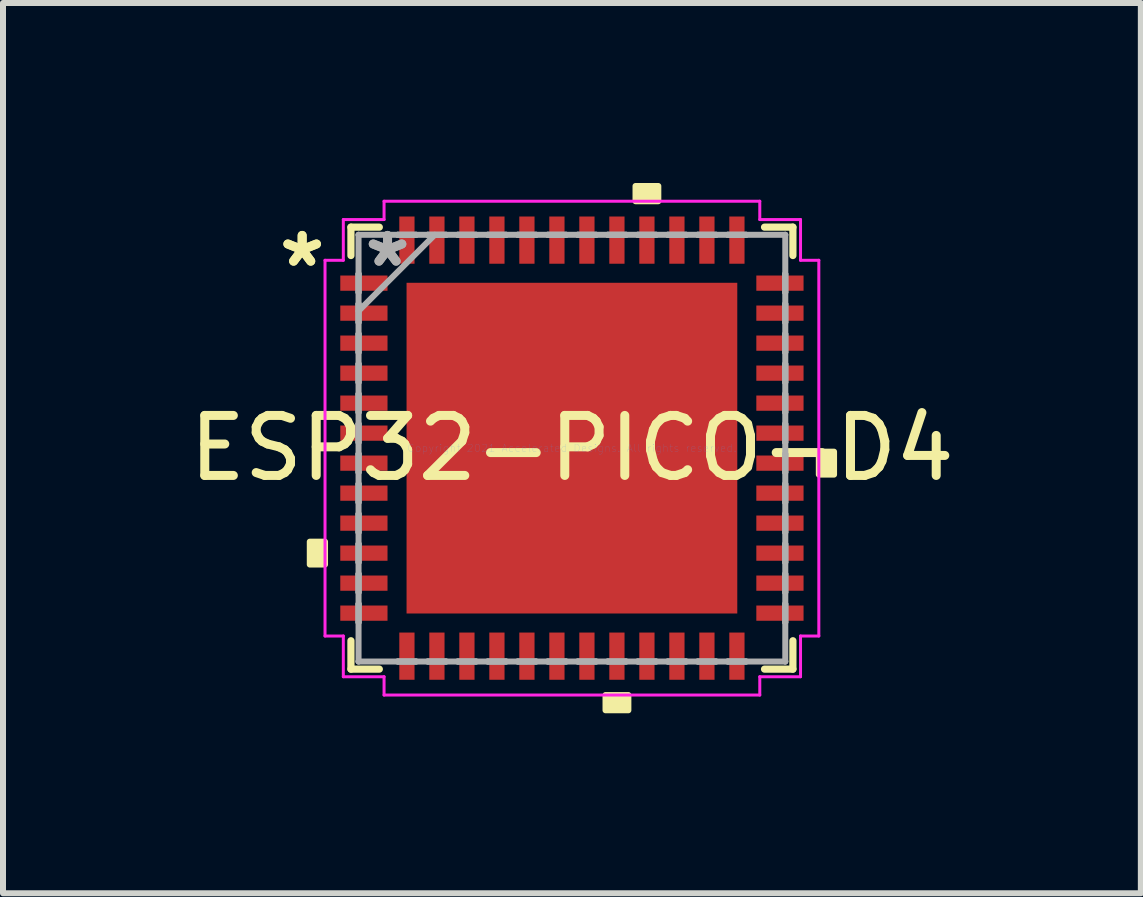
<source format=kicad_pcb>
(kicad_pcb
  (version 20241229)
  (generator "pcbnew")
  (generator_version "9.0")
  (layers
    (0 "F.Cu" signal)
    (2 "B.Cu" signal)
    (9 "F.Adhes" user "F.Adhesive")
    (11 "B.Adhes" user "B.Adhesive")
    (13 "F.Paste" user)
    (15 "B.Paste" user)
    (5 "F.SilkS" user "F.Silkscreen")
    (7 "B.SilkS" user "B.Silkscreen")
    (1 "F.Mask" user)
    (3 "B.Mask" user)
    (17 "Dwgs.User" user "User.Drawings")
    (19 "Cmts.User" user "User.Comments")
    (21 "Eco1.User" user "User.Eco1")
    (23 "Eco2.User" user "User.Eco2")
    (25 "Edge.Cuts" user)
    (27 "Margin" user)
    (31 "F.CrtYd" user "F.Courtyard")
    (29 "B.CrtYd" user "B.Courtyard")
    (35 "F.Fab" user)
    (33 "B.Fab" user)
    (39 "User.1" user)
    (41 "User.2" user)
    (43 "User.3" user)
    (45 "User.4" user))
  (footprint "ESP32-PICO-D4"
    (layer "F.Cu")
    (at 6.482 4.419)
    (property "Reference" "ESP32-PICO-D4" (at 0 0 0) (layer "F.SilkS") (effects (font (size 1 1) (thickness 0.15))))
    (attr through_hole)
    (fp_line (start -3.683 -3.683) (end -3.683 -3.21) (stroke (width 0.12) (type solid)) (layer "F.SilkS"))
    (fp_line (start -3.683 3.21) (end -3.683 3.683) (stroke (width 0.12) (type solid)) (layer "F.SilkS"))
    (fp_line (start -3.683 3.683) (end -3.21 3.683) (stroke (width 0.12) (type solid)) (layer "F.SilkS"))
    (fp_line (start -3.21 -3.683) (end -3.683 -3.683) (stroke (width 0.12) (type solid)) (layer "F.SilkS"))
    (fp_line (start 3.21 3.683) (end 3.683 3.683) (stroke (width 0.12) (type solid)) (layer "F.SilkS"))
    (fp_line (start 3.683 -3.683) (end 3.21 -3.683) (stroke (width 0.12) (type solid)) (layer "F.SilkS"))
    (fp_line (start 3.683 -3.21) (end 3.683 -3.683) (stroke (width 0.12) (type solid)) (layer "F.SilkS"))
    (fp_line (start 3.683 3.683) (end 3.683 3.21) (stroke (width 0.12) (type solid)) (layer "F.SilkS"))
    (fp_poly (pts (xy -4.369 1.559) (xy -4.369 1.94) (xy -4.115 1.94) (xy -4.115 1.559)) (stroke (width 0.1) (type solid)) (fill yes) (layer "F.SilkS"))
    (fp_poly (pts (xy 0.56 4.115) (xy 0.56 4.369) (xy 0.941 4.369) (xy 0.941 4.115)) (stroke (width 0.1) (type solid)) (fill yes) (layer "F.SilkS"))
    (fp_poly (pts (xy 1.06 -4.115) (xy 1.06 -4.369) (xy 1.44 -4.369) (xy 1.44 -4.115)) (stroke (width 0.1) (type solid)) (fill yes) (layer "F.SilkS"))
    (fp_poly (pts (xy 4.369 0.059) (xy 4.369 0.441) (xy 4.115 0.441) (xy 4.115 0.059)) (stroke (width 0.1) (type solid)) (fill yes) (layer "F.SilkS"))
    (fp_poly (pts (xy -2.656 -2.656) (xy -2.656 -1.478) (xy -1.478 -1.478) (xy -1.478 -2.656)) (stroke (width 0.1) (type solid)) (fill yes) (layer "F.Paste"))
    (fp_poly (pts (xy -2.656 -1.278) (xy -2.656 -0.1) (xy -1.478 -0.1) (xy -1.478 -1.278)) (stroke (width 0.1) (type solid)) (fill yes) (layer "F.Paste"))
    (fp_poly (pts (xy -2.656 0.1) (xy -2.656 1.278) (xy -1.478 1.278) (xy -1.478 0.1)) (stroke (width 0.1) (type solid)) (fill yes) (layer "F.Paste"))
    (fp_poly (pts (xy -2.656 1.478) (xy -2.656 2.656) (xy -1.478 2.656) (xy -1.478 1.478)) (stroke (width 0.1) (type solid)) (fill yes) (layer "F.Paste"))
    (fp_poly (pts (xy -1.278 -2.656) (xy -1.278 -1.478) (xy -0.1 -1.478) (xy -0.1 -2.656)) (stroke (width 0.1) (type solid)) (fill yes) (layer "F.Paste"))
    (fp_poly (pts (xy -1.278 -1.278) (xy -1.278 -0.1) (xy -0.1 -0.1) (xy -0.1 -1.278)) (stroke (width 0.1) (type solid)) (fill yes) (layer "F.Paste"))
    (fp_poly (pts (xy -1.278 0.1) (xy -1.278 1.278) (xy -0.1 1.278) (xy -0.1 0.1)) (stroke (width 0.1) (type solid)) (fill yes) (layer "F.Paste"))
    (fp_poly (pts (xy -1.278 1.478) (xy -1.278 2.656) (xy -0.1 2.656) (xy -0.1 1.478)) (stroke (width 0.1) (type solid)) (fill yes) (layer "F.Paste"))
    (fp_poly (pts (xy 0.1 -2.656) (xy 0.1 -1.478) (xy 1.278 -1.478) (xy 1.278 -2.656)) (stroke (width 0.1) (type solid)) (fill yes) (layer "F.Paste"))
    (fp_poly (pts (xy 0.1 -1.278) (xy 0.1 -0.1) (xy 1.278 -0.1) (xy 1.278 -1.278)) (stroke (width 0.1) (type solid)) (fill yes) (layer "F.Paste"))
    (fp_poly (pts (xy 0.1 0.1) (xy 0.1 1.278) (xy 1.278 1.278) (xy 1.278 0.1)) (stroke (width 0.1) (type solid)) (fill yes) (layer "F.Paste"))
    (fp_poly (pts (xy 0.1 1.478) (xy 0.1 2.656) (xy 1.278 2.656) (xy 1.278 1.478)) (stroke (width 0.1) (type solid)) (fill yes) (layer "F.Paste"))
    (fp_poly (pts (xy 1.478 -2.656) (xy 1.478 -1.478) (xy 2.656 -1.478) (xy 2.656 -2.656)) (stroke (width 0.1) (type solid)) (fill yes) (layer "F.Paste"))
    (fp_poly (pts (xy 1.478 -1.278) (xy 1.478 -0.1) (xy 2.656 -0.1) (xy 2.656 -1.278)) (stroke (width 0.1) (type solid)) (fill yes) (layer "F.Paste"))
    (fp_poly (pts (xy 1.478 0.1) (xy 1.478 1.278) (xy 2.656 1.278) (xy 2.656 0.1)) (stroke (width 0.1) (type solid)) (fill yes) (layer "F.Paste"))
    (fp_poly (pts (xy 1.478 1.478) (xy 1.478 2.656) (xy 2.656 2.656) (xy 2.656 1.478)) (stroke (width 0.1) (type solid)) (fill yes) (layer "F.Paste"))
    (fp_line (start -4.115 -3.131) (end -3.81 -3.131) (stroke (width 0.05) (type solid)) (layer "F.CrtYd"))
    (fp_line (start -4.115 3.131) (end -4.115 -3.131) (stroke (width 0.05) (type solid)) (layer "F.CrtYd"))
    (fp_line (start -3.81 -3.81) (end -3.131 -3.81) (stroke (width 0.05) (type solid)) (layer "F.CrtYd"))
    (fp_line (start -3.81 -3.131) (end -3.81 -3.81) (stroke (width 0.05) (type solid)) (layer "F.CrtYd"))
    (fp_line (start -3.81 3.131) (end -4.115 3.131) (stroke (width 0.05) (type solid)) (layer "F.CrtYd"))
    (fp_line (start -3.81 3.81) (end -3.81 3.131) (stroke (width 0.05) (type solid)) (layer "F.CrtYd"))
    (fp_line (start -3.131 -4.115) (end 3.131 -4.115) (stroke (width 0.05) (type solid)) (layer "F.CrtYd"))
    (fp_line (start -3.131 -3.81) (end -3.131 -4.115) (stroke (width 0.05) (type solid)) (layer "F.CrtYd"))
    (fp_line (start -3.131 3.81) (end -3.81 3.81) (stroke (width 0.05) (type solid)) (layer "F.CrtYd"))
    (fp_line (start -3.131 4.115) (end -3.131 3.81) (stroke (width 0.05) (type solid)) (layer "F.CrtYd"))
    (fp_line (start 3.131 -4.115) (end 3.131 -3.81) (stroke (width 0.05) (type solid)) (layer "F.CrtYd"))
    (fp_line (start 3.131 -3.81) (end 3.81 -3.81) (stroke (width 0.05) (type solid)) (layer "F.CrtYd"))
    (fp_line (start 3.131 3.81) (end 3.131 4.115) (stroke (width 0.05) (type solid)) (layer "F.CrtYd"))
    (fp_line (start 3.131 4.115) (end -3.131 4.115) (stroke (width 0.05) (type solid)) (layer "F.CrtYd"))
    (fp_line (start 3.81 -3.81) (end 3.81 -3.131) (stroke (width 0.05) (type solid)) (layer "F.CrtYd"))
    (fp_line (start 3.81 -3.131) (end 4.115 -3.131) (stroke (width 0.05) (type solid)) (layer "F.CrtYd"))
    (fp_line (start 3.81 3.131) (end 3.81 3.81) (stroke (width 0.05) (type solid)) (layer "F.CrtYd"))
    (fp_line (start 3.81 3.81) (end 3.131 3.81) (stroke (width 0.05) (type solid)) (layer "F.CrtYd"))
    (fp_line (start 4.115 -3.131) (end 4.115 3.131) (stroke (width 0.05) (type solid)) (layer "F.CrtYd"))
    (fp_line (start 4.115 3.131) (end 3.81 3.131) (stroke (width 0.05) (type solid)) (layer "F.CrtYd"))
    (fp_line (start -3.556 -3.556) (end -3.556 -3.556) (stroke (width 0.1) (type solid)) (layer "F.Fab"))
    (fp_line (start -3.556 -3.556) (end -3.556 3.556) (stroke (width 0.1) (type solid)) (layer "F.Fab"))
    (fp_line (start -3.556 -2.902) (end -3.556 -2.902) (stroke (width 0.1) (type solid)) (layer "F.Fab"))
    (fp_line (start -3.556 -2.902) (end -3.556 -2.598) (stroke (width 0.1) (type solid)) (layer "F.Fab"))
    (fp_line (start -3.556 -2.598) (end -3.556 -2.902) (stroke (width 0.1) (type solid)) (layer "F.Fab"))
    (fp_line (start -3.556 -2.598) (end -3.556 -2.598) (stroke (width 0.1) (type solid)) (layer "F.Fab"))
    (fp_line (start -3.556 -2.402) (end -3.556 -2.402) (stroke (width 0.1) (type solid)) (layer "F.Fab"))
    (fp_line (start -3.556 -2.402) (end -3.556 -2.098) (stroke (width 0.1) (type solid)) (layer "F.Fab"))
    (fp_line (start -3.556 -2.286) (end -2.286 -3.556) (stroke (width 0.1) (type solid)) (layer "F.Fab"))
    (fp_line (start -3.556 -2.098) (end -3.556 -2.402) (stroke (width 0.1) (type solid)) (layer "F.Fab"))
    (fp_line (start -3.556 -2.098) (end -3.556 -2.098) (stroke (width 0.1) (type solid)) (layer "F.Fab"))
    (fp_line (start -3.556 -1.902) (end -3.556 -1.902) (stroke (width 0.1) (type solid)) (layer "F.Fab"))
    (fp_line (start -3.556 -1.902) (end -3.556 -1.598) (stroke (width 0.1) (type solid)) (layer "F.Fab"))
    (fp_line (start -3.556 -1.598) (end -3.556 -1.902) (stroke (width 0.1) (type solid)) (layer "F.Fab"))
    (fp_line (start -3.556 -1.598) (end -3.556 -1.598) (stroke (width 0.1) (type solid)) (layer "F.Fab"))
    (fp_line (start -3.556 -1.402) (end -3.556 -1.402) (stroke (width 0.1) (type solid)) (layer "F.Fab"))
    (fp_line (start -3.556 -1.402) (end -3.556 -1.098) (stroke (width 0.1) (type solid)) (layer "F.Fab"))
    (fp_line (start -3.556 -1.098) (end -3.556 -1.402) (stroke (width 0.1) (type solid)) (layer "F.Fab"))
    (fp_line (start -3.556 -1.098) (end -3.556 -1.098) (stroke (width 0.1) (type solid)) (layer "F.Fab"))
    (fp_line (start -3.556 -0.902) (end -3.556 -0.902) (stroke (width 0.1) (type solid)) (layer "F.Fab"))
    (fp_line (start -3.556 -0.902) (end -3.556 -0.598) (stroke (width 0.1) (type solid)) (layer "F.Fab"))
    (fp_line (start -3.556 -0.598) (end -3.556 -0.902) (stroke (width 0.1) (type solid)) (layer "F.Fab"))
    (fp_line (start -3.556 -0.598) (end -3.556 -0.598) (stroke (width 0.1) (type solid)) (layer "F.Fab"))
    (fp_line (start -3.556 -0.402) (end -3.556 -0.402) (stroke (width 0.1) (type solid)) (layer "F.Fab"))
    (fp_line (start -3.556 -0.402) (end -3.556 -0.098) (stroke (width 0.1) (type solid)) (layer "F.Fab"))
    (fp_line (start -3.556 -0.098) (end -3.556 -0.402) (stroke (width 0.1) (type solid)) (layer "F.Fab"))
    (fp_line (start -3.556 -0.098) (end -3.556 -0.098) (stroke (width 0.1) (type solid)) (layer "F.Fab"))
    (fp_line (start -3.556 0.098) (end -3.556 0.098) (stroke (width 0.1) (type solid)) (layer "F.Fab"))
    (fp_line (start -3.556 0.098) (end -3.556 0.402) (stroke (width 0.1) (type solid)) (layer "F.Fab"))
    (fp_line (start -3.556 0.402) (end -3.556 0.098) (stroke (width 0.1) (type solid)) (layer "F.Fab"))
    (fp_line (start -3.556 0.402) (end -3.556 0.402) (stroke (width 0.1) (type solid)) (layer "F.Fab"))
    (fp_line (start -3.556 0.598) (end -3.556 0.598) (stroke (width 0.1) (type solid)) (layer "F.Fab"))
    (fp_line (start -3.556 0.598) (end -3.556 0.902) (stroke (width 0.1) (type solid)) (layer "F.Fab"))
    (fp_line (start -3.556 0.902) (end -3.556 0.598) (stroke (width 0.1) (type solid)) (layer "F.Fab"))
    (fp_line (start -3.556 0.902) (end -3.556 0.902) (stroke (width 0.1) (type solid)) (layer "F.Fab"))
    (fp_line (start -3.556 1.098) (end -3.556 1.098) (stroke (width 0.1) (type solid)) (layer "F.Fab"))
    (fp_line (start -3.556 1.098) (end -3.556 1.402) (stroke (width 0.1) (type solid)) (layer "F.Fab"))
    (fp_line (start -3.556 1.402) (end -3.556 1.098) (stroke (width 0.1) (type solid)) (layer "F.Fab"))
    (fp_line (start -3.556 1.402) (end -3.556 1.402) (stroke (width 0.1) (type solid)) (layer "F.Fab"))
    (fp_line (start -3.556 1.598) (end -3.556 1.598) (stroke (width 0.1) (type solid)) (layer "F.Fab"))
    (fp_line (start -3.556 1.598) (end -3.556 1.902) (stroke (width 0.1) (type solid)) (layer "F.Fab"))
    (fp_line (start -3.556 1.902) (end -3.556 1.598) (stroke (width 0.1) (type solid)) (layer "F.Fab"))
    (fp_line (start -3.556 1.902) (end -3.556 1.902) (stroke (width 0.1) (type solid)) (layer "F.Fab"))
    (fp_line (start -3.556 2.098) (end -3.556 2.098) (stroke (width 0.1) (type solid)) (layer "F.Fab"))
    (fp_line (start -3.556 2.098) (end -3.556 2.402) (stroke (width 0.1) (type solid)) (layer "F.Fab"))
    (fp_line (start -3.556 2.402) (end -3.556 2.098) (stroke (width 0.1) (type solid)) (layer "F.Fab"))
    (fp_line (start -3.556 2.402) (end -3.556 2.402) (stroke (width 0.1) (type solid)) (layer "F.Fab"))
    (fp_line (start -3.556 2.598) (end -3.556 2.598) (stroke (width 0.1) (type solid)) (layer "F.Fab"))
    (fp_line (start -3.556 2.598) (end -3.556 2.902) (stroke (width 0.1) (type solid)) (layer "F.Fab"))
    (fp_line (start -3.556 2.902) (end -3.556 2.598) (stroke (width 0.1) (type solid)) (layer "F.Fab"))
    (fp_line (start -3.556 2.902) (end -3.556 2.902) (stroke (width 0.1) (type solid)) (layer "F.Fab"))
    (fp_line (start -3.556 3.556) (end -3.556 3.556) (stroke (width 0.1) (type solid)) (layer "F.Fab"))
    (fp_line (start -3.556 3.556) (end 3.556 3.556) (stroke (width 0.1) (type solid)) (layer "F.Fab"))
    (fp_line (start -2.902 -3.556) (end -2.902 -3.556) (stroke (width 0.1) (type solid)) (layer "F.Fab"))
    (fp_line (start -2.902 -3.556) (end -2.598 -3.556) (stroke (width 0.1) (type solid)) (layer "F.Fab"))
    (fp_line (start -2.902 3.556) (end -2.902 3.556) (stroke (width 0.1) (type solid)) (layer "F.Fab"))
    (fp_line (start -2.902 3.556) (end -2.598 3.556) (stroke (width 0.1) (type solid)) (layer "F.Fab"))
    (fp_line (start -2.598 -3.556) (end -2.902 -3.556) (stroke (width 0.1) (type solid)) (layer "F.Fab"))
    (fp_line (start -2.598 -3.556) (end -2.598 -3.556) (stroke (width 0.1) (type solid)) (layer "F.Fab"))
    (fp_line (start -2.598 3.556) (end -2.902 3.556) (stroke (width 0.1) (type solid)) (layer "F.Fab"))
    (fp_line (start -2.598 3.556) (end -2.598 3.556) (stroke (width 0.1) (type solid)) (layer "F.Fab"))
    (fp_line (start -2.402 -3.556) (end -2.402 -3.556) (stroke (width 0.1) (type solid)) (layer "F.Fab"))
    (fp_line (start -2.402 -3.556) (end -2.098 -3.556) (stroke (width 0.1) (type solid)) (layer "F.Fab"))
    (fp_line (start -2.402 3.556) (end -2.402 3.556) (stroke (width 0.1) (type solid)) (layer "F.Fab"))
    (fp_line (start -2.402 3.556) (end -2.098 3.556) (stroke (width 0.1) (type solid)) (layer "F.Fab"))
    (fp_line (start -2.098 -3.556) (end -2.402 -3.556) (stroke (width 0.1) (type solid)) (layer "F.Fab"))
    (fp_line (start -2.098 -3.556) (end -2.098 -3.556) (stroke (width 0.1) (type solid)) (layer "F.Fab"))
    (fp_line (start -2.098 3.556) (end -2.402 3.556) (stroke (width 0.1) (type solid)) (layer "F.Fab"))
    (fp_line (start -2.098 3.556) (end -2.098 3.556) (stroke (width 0.1) (type solid)) (layer "F.Fab"))
    (fp_line (start -1.902 -3.556) (end -1.902 -3.556) (stroke (width 0.1) (type solid)) (layer "F.Fab"))
    (fp_line (start -1.902 -3.556) (end -1.598 -3.556) (stroke (width 0.1) (type solid)) (layer "F.Fab"))
    (fp_line (start -1.902 3.556) (end -1.902 3.556) (stroke (width 0.1) (type solid)) (layer "F.Fab"))
    (fp_line (start -1.902 3.556) (end -1.598 3.556) (stroke (width 0.1) (type solid)) (layer "F.Fab"))
    (fp_line (start -1.598 -3.556) (end -1.902 -3.556) (stroke (width 0.1) (type solid)) (layer "F.Fab"))
    (fp_line (start -1.598 -3.556) (end -1.598 -3.556) (stroke (width 0.1) (type solid)) (layer "F.Fab"))
    (fp_line (start -1.598 3.556) (end -1.902 3.556) (stroke (width 0.1) (type solid)) (layer "F.Fab"))
    (fp_line (start -1.598 3.556) (end -1.598 3.556) (stroke (width 0.1) (type solid)) (layer "F.Fab"))
    (fp_line (start -1.402 -3.556) (end -1.402 -3.556) (stroke (width 0.1) (type solid)) (layer "F.Fab"))
    (fp_line (start -1.402 -3.556) (end -1.098 -3.556) (stroke (width 0.1) (type solid)) (layer "F.Fab"))
    (fp_line (start -1.402 3.556) (end -1.402 3.556) (stroke (width 0.1) (type solid)) (layer "F.Fab"))
    (fp_line (start -1.402 3.556) (end -1.098 3.556) (stroke (width 0.1) (type solid)) (layer "F.Fab"))
    (fp_line (start -1.098 -3.556) (end -1.402 -3.556) (stroke (width 0.1) (type solid)) (layer "F.Fab"))
    (fp_line (start -1.098 -3.556) (end -1.098 -3.556) (stroke (width 0.1) (type solid)) (layer "F.Fab"))
    (fp_line (start -1.098 3.556) (end -1.402 3.556) (stroke (width 0.1) (type solid)) (layer "F.Fab"))
    (fp_line (start -1.098 3.556) (end -1.098 3.556) (stroke (width 0.1) (type solid)) (layer "F.Fab"))
    (fp_line (start -0.902 -3.556) (end -0.902 -3.556) (stroke (width 0.1) (type solid)) (layer "F.Fab"))
    (fp_line (start -0.902 -3.556) (end -0.598 -3.556) (stroke (width 0.1) (type solid)) (layer "F.Fab"))
    (fp_line (start -0.902 3.556) (end -0.902 3.556) (stroke (width 0.1) (type solid)) (layer "F.Fab"))
    (fp_line (start -0.902 3.556) (end -0.598 3.556) (stroke (width 0.1) (type solid)) (layer "F.Fab"))
    (fp_line (start -0.598 -3.556) (end -0.902 -3.556) (stroke (width 0.1) (type solid)) (layer "F.Fab"))
    (fp_line (start -0.598 -3.556) (end -0.598 -3.556) (stroke (width 0.1) (type solid)) (layer "F.Fab"))
    (fp_line (start -0.598 3.556) (end -0.902 3.556) (stroke (width 0.1) (type solid)) (layer "F.Fab"))
    (fp_line (start -0.598 3.556) (end -0.598 3.556) (stroke (width 0.1) (type solid)) (layer "F.Fab"))
    (fp_line (start -0.402 -3.556) (end -0.402 -3.556) (stroke (width 0.1) (type solid)) (layer "F.Fab"))
    (fp_line (start -0.402 -3.556) (end -0.098 -3.556) (stroke (width 0.1) (type solid)) (layer "F.Fab"))
    (fp_line (start -0.402 3.556) (end -0.402 3.556) (stroke (width 0.1) (type solid)) (layer "F.Fab"))
    (fp_line (start -0.402 3.556) (end -0.098 3.556) (stroke (width 0.1) (type solid)) (layer "F.Fab"))
    (fp_line (start -0.098 -3.556) (end -0.402 -3.556) (stroke (width 0.1) (type solid)) (layer "F.Fab"))
    (fp_line (start -0.098 -3.556) (end -0.098 -3.556) (stroke (width 0.1) (type solid)) (layer "F.Fab"))
    (fp_line (start -0.098 3.556) (end -0.402 3.556) (stroke (width 0.1) (type solid)) (layer "F.Fab"))
    (fp_line (start -0.098 3.556) (end -0.098 3.556) (stroke (width 0.1) (type solid)) (layer "F.Fab"))
    (fp_line (start 0.098 -3.556) (end 0.098 -3.556) (stroke (width 0.1) (type solid)) (layer "F.Fab"))
    (fp_line (start 0.098 -3.556) (end 0.402 -3.556) (stroke (width 0.1) (type solid)) (layer "F.Fab"))
    (fp_line (start 0.098 3.556) (end 0.098 3.556) (stroke (width 0.1) (type solid)) (layer "F.Fab"))
    (fp_line (start 0.098 3.556) (end 0.402 3.556) (stroke (width 0.1) (type solid)) (layer "F.Fab"))
    (fp_line (start 0.402 -3.556) (end 0.098 -3.556) (stroke (width 0.1) (type solid)) (layer "F.Fab"))
    (fp_line (start 0.402 -3.556) (end 0.402 -3.556) (stroke (width 0.1) (type solid)) (layer "F.Fab"))
    (fp_line (start 0.402 3.556) (end 0.098 3.556) (stroke (width 0.1) (type solid)) (layer "F.Fab"))
    (fp_line (start 0.402 3.556) (end 0.402 3.556) (stroke (width 0.1) (type solid)) (layer "F.Fab"))
    (fp_line (start 0.598 -3.556) (end 0.598 -3.556) (stroke (width 0.1) (type solid)) (layer "F.Fab"))
    (fp_line (start 0.598 -3.556) (end 0.902 -3.556) (stroke (width 0.1) (type solid)) (layer "F.Fab"))
    (fp_line (start 0.598 3.556) (end 0.598 3.556) (stroke (width 0.1) (type solid)) (layer "F.Fab"))
    (fp_line (start 0.598 3.556) (end 0.902 3.556) (stroke (width 0.1) (type solid)) (layer "F.Fab"))
    (fp_line (start 0.902 -3.556) (end 0.598 -3.556) (stroke (width 0.1) (type solid)) (layer "F.Fab"))
    (fp_line (start 0.902 -3.556) (end 0.902 -3.556) (stroke (width 0.1) (type solid)) (layer "F.Fab"))
    (fp_line (start 0.902 3.556) (end 0.598 3.556) (stroke (width 0.1) (type solid)) (layer "F.Fab"))
    (fp_line (start 0.902 3.556) (end 0.902 3.556) (stroke (width 0.1) (type solid)) (layer "F.Fab"))
    (fp_line (start 1.098 -3.556) (end 1.098 -3.556) (stroke (width 0.1) (type solid)) (layer "F.Fab"))
    (fp_line (start 1.098 -3.556) (end 1.402 -3.556) (stroke (width 0.1) (type solid)) (layer "F.Fab"))
    (fp_line (start 1.098 3.556) (end 1.098 3.556) (stroke (width 0.1) (type solid)) (layer "F.Fab"))
    (fp_line (start 1.098 3.556) (end 1.402 3.556) (stroke (width 0.1) (type solid)) (layer "F.Fab"))
    (fp_line (start 1.402 -3.556) (end 1.098 -3.556) (stroke (width 0.1) (type solid)) (layer "F.Fab"))
    (fp_line (start 1.402 -3.556) (end 1.402 -3.556) (stroke (width 0.1) (type solid)) (layer "F.Fab"))
    (fp_line (start 1.402 3.556) (end 1.098 3.556) (stroke (width 0.1) (type solid)) (layer "F.Fab"))
    (fp_line (start 1.402 3.556) (end 1.402 3.556) (stroke (width 0.1) (type solid)) (layer "F.Fab"))
    (fp_line (start 1.598 -3.556) (end 1.598 -3.556) (stroke (width 0.1) (type solid)) (layer "F.Fab"))
    (fp_line (start 1.598 -3.556) (end 1.902 -3.556) (stroke (width 0.1) (type solid)) (layer "F.Fab"))
    (fp_line (start 1.598 3.556) (end 1.598 3.556) (stroke (width 0.1) (type solid)) (layer "F.Fab"))
    (fp_line (start 1.598 3.556) (end 1.902 3.556) (stroke (width 0.1) (type solid)) (layer "F.Fab"))
    (fp_line (start 1.902 -3.556) (end 1.598 -3.556) (stroke (width 0.1) (type solid)) (layer "F.Fab"))
    (fp_line (start 1.902 -3.556) (end 1.902 -3.556) (stroke (width 0.1) (type solid)) (layer "F.Fab"))
    (fp_line (start 1.902 3.556) (end 1.598 3.556) (stroke (width 0.1) (type solid)) (layer "F.Fab"))
    (fp_line (start 1.902 3.556) (end 1.902 3.556) (stroke (width 0.1) (type solid)) (layer "F.Fab"))
    (fp_line (start 2.098 -3.556) (end 2.098 -3.556) (stroke (width 0.1) (type solid)) (layer "F.Fab"))
    (fp_line (start 2.098 -3.556) (end 2.402 -3.556) (stroke (width 0.1) (type solid)) (layer "F.Fab"))
    (fp_line (start 2.098 3.556) (end 2.098 3.556) (stroke (width 0.1) (type solid)) (layer "F.Fab"))
    (fp_line (start 2.098 3.556) (end 2.402 3.556) (stroke (width 0.1) (type solid)) (layer "F.Fab"))
    (fp_line (start 2.402 -3.556) (end 2.098 -3.556) (stroke (width 0.1) (type solid)) (layer "F.Fab"))
    (fp_line (start 2.402 -3.556) (end 2.402 -3.556) (stroke (width 0.1) (type solid)) (layer "F.Fab"))
    (fp_line (start 2.402 3.556) (end 2.098 3.556) (stroke (width 0.1) (type solid)) (layer "F.Fab"))
    (fp_line (start 2.402 3.556) (end 2.402 3.556) (stroke (width 0.1) (type solid)) (layer "F.Fab"))
    (fp_line (start 2.598 -3.556) (end 2.598 -3.556) (stroke (width 0.1) (type solid)) (layer "F.Fab"))
    (fp_line (start 2.598 -3.556) (end 2.902 -3.556) (stroke (width 0.1) (type solid)) (layer "F.Fab"))
    (fp_line (start 2.598 3.556) (end 2.598 3.556) (stroke (width 0.1) (type solid)) (layer "F.Fab"))
    (fp_line (start 2.598 3.556) (end 2.902 3.556) (stroke (width 0.1) (type solid)) (layer "F.Fab"))
    (fp_line (start 2.902 -3.556) (end 2.598 -3.556) (stroke (width 0.1) (type solid)) (layer "F.Fab"))
    (fp_line (start 2.902 -3.556) (end 2.902 -3.556) (stroke (width 0.1) (type solid)) (layer "F.Fab"))
    (fp_line (start 2.902 3.556) (end 2.598 3.556) (stroke (width 0.1) (type solid)) (layer "F.Fab"))
    (fp_line (start 2.902 3.556) (end 2.902 3.556) (stroke (width 0.1) (type solid)) (layer "F.Fab"))
    (fp_line (start 3.556 -3.556) (end -3.556 -3.556) (stroke (width 0.1) (type solid)) (layer "F.Fab"))
    (fp_line (start 3.556 -3.556) (end 3.556 -3.556) (stroke (width 0.1) (type solid)) (layer "F.Fab"))
    (fp_line (start 3.556 -2.902) (end 3.556 -2.902) (stroke (width 0.1) (type solid)) (layer "F.Fab"))
    (fp_line (start 3.556 -2.902) (end 3.556 -2.598) (stroke (width 0.1) (type solid)) (layer "F.Fab"))
    (fp_line (start 3.556 -2.598) (end 3.556 -2.902) (stroke (width 0.1) (type solid)) (layer "F.Fab"))
    (fp_line (start 3.556 -2.598) (end 3.556 -2.598) (stroke (width 0.1) (type solid)) (layer "F.Fab"))
    (fp_line (start 3.556 -2.402) (end 3.556 -2.402) (stroke (width 0.1) (type solid)) (layer "F.Fab"))
    (fp_line (start 3.556 -2.402) (end 3.556 -2.098) (stroke (width 0.1) (type solid)) (layer "F.Fab"))
    (fp_line (start 3.556 -2.098) (end 3.556 -2.402) (stroke (width 0.1) (type solid)) (layer "F.Fab"))
    (fp_line (start 3.556 -2.098) (end 3.556 -2.098) (stroke (width 0.1) (type solid)) (layer "F.Fab"))
    (fp_line (start 3.556 -1.902) (end 3.556 -1.902) (stroke (width 0.1) (type solid)) (layer "F.Fab"))
    (fp_line (start 3.556 -1.902) (end 3.556 -1.598) (stroke (width 0.1) (type solid)) (layer "F.Fab"))
    (fp_line (start 3.556 -1.598) (end 3.556 -1.902) (stroke (width 0.1) (type solid)) (layer "F.Fab"))
    (fp_line (start 3.556 -1.598) (end 3.556 -1.598) (stroke (width 0.1) (type solid)) (layer "F.Fab"))
    (fp_line (start 3.556 -1.402) (end 3.556 -1.402) (stroke (width 0.1) (type solid)) (layer "F.Fab"))
    (fp_line (start 3.556 -1.402) (end 3.556 -1.098) (stroke (width 0.1) (type solid)) (layer "F.Fab"))
    (fp_line (start 3.556 -1.098) (end 3.556 -1.402) (stroke (width 0.1) (type solid)) (layer "F.Fab"))
    (fp_line (start 3.556 -1.098) (end 3.556 -1.098) (stroke (width 0.1) (type solid)) (layer "F.Fab"))
    (fp_line (start 3.556 -0.902) (end 3.556 -0.902) (stroke (width 0.1) (type solid)) (layer "F.Fab"))
    (fp_line (start 3.556 -0.902) (end 3.556 -0.598) (stroke (width 0.1) (type solid)) (layer "F.Fab"))
    (fp_line (start 3.556 -0.598) (end 3.556 -0.902) (stroke (width 0.1) (type solid)) (layer "F.Fab"))
    (fp_line (start 3.556 -0.598) (end 3.556 -0.598) (stroke (width 0.1) (type solid)) (layer "F.Fab"))
    (fp_line (start 3.556 -0.402) (end 3.556 -0.402) (stroke (width 0.1) (type solid)) (layer "F.Fab"))
    (fp_line (start 3.556 -0.402) (end 3.556 -0.098) (stroke (width 0.1) (type solid)) (layer "F.Fab"))
    (fp_line (start 3.556 -0.098) (end 3.556 -0.402) (stroke (width 0.1) (type solid)) (layer "F.Fab"))
    (fp_line (start 3.556 -0.098) (end 3.556 -0.098) (stroke (width 0.1) (type solid)) (layer "F.Fab"))
    (fp_line (start 3.556 0.098) (end 3.556 0.098) (stroke (width 0.1) (type solid)) (layer "F.Fab"))
    (fp_line (start 3.556 0.098) (end 3.556 0.402) (stroke (width 0.1) (type solid)) (layer "F.Fab"))
    (fp_line (start 3.556 0.402) (end 3.556 0.098) (stroke (width 0.1) (type solid)) (layer "F.Fab"))
    (fp_line (start 3.556 0.402) (end 3.556 0.402) (stroke (width 0.1) (type solid)) (layer "F.Fab"))
    (fp_line (start 3.556 0.598) (end 3.556 0.598) (stroke (width 0.1) (type solid)) (layer "F.Fab"))
    (fp_line (start 3.556 0.598) (end 3.556 0.902) (stroke (width 0.1) (type solid)) (layer "F.Fab"))
    (fp_line (start 3.556 0.902) (end 3.556 0.598) (stroke (width 0.1) (type solid)) (layer "F.Fab"))
    (fp_line (start 3.556 0.902) (end 3.556 0.902) (stroke (width 0.1) (type solid)) (layer "F.Fab"))
    (fp_line (start 3.556 1.098) (end 3.556 1.098) (stroke (width 0.1) (type solid)) (layer "F.Fab"))
    (fp_line (start 3.556 1.098) (end 3.556 1.402) (stroke (width 0.1) (type solid)) (layer "F.Fab"))
    (fp_line (start 3.556 1.402) (end 3.556 1.098) (stroke (width 0.1) (type solid)) (layer "F.Fab"))
    (fp_line (start 3.556 1.402) (end 3.556 1.402) (stroke (width 0.1) (type solid)) (layer "F.Fab"))
    (fp_line (start 3.556 1.598) (end 3.556 1.598) (stroke (width 0.1) (type solid)) (layer "F.Fab"))
    (fp_line (start 3.556 1.598) (end 3.556 1.902) (stroke (width 0.1) (type solid)) (layer "F.Fab"))
    (fp_line (start 3.556 1.902) (end 3.556 1.598) (stroke (width 0.1) (type solid)) (layer "F.Fab"))
    (fp_line (start 3.556 1.902) (end 3.556 1.902) (stroke (width 0.1) (type solid)) (layer "F.Fab"))
    (fp_line (start 3.556 2.098) (end 3.556 2.098) (stroke (width 0.1) (type solid)) (layer "F.Fab"))
    (fp_line (start 3.556 2.098) (end 3.556 2.402) (stroke (width 0.1) (type solid)) (layer "F.Fab"))
    (fp_line (start 3.556 2.402) (end 3.556 2.098) (stroke (width 0.1) (type solid)) (layer "F.Fab"))
    (fp_line (start 3.556 2.402) (end 3.556 2.402) (stroke (width 0.1) (type solid)) (layer "F.Fab"))
    (fp_line (start 3.556 2.598) (end 3.556 2.598) (stroke (width 0.1) (type solid)) (layer "F.Fab"))
    (fp_line (start 3.556 2.598) (end 3.556 2.902) (stroke (width 0.1) (type solid)) (layer "F.Fab"))
    (fp_line (start 3.556 2.902) (end 3.556 2.598) (stroke (width 0.1) (type solid)) (layer "F.Fab"))
    (fp_line (start 3.556 2.902) (end 3.556 2.902) (stroke (width 0.1) (type solid)) (layer "F.Fab"))
    (fp_line (start 3.556 3.556) (end 3.556 -3.556) (stroke (width 0.1) (type solid)) (layer "F.Fab"))
    (fp_line (start 3.556 3.556) (end 3.556 3.556) (stroke (width 0.1) (type solid)) (layer "F.Fab"))
    (fp_text user "*" (at -4.496 -3 0) (layer "F.SilkS") (effects (font (size 1 1) (thickness 0.15))))
    (fp_text user "*" (at -4.496 -3 0) (layer "F.SilkS") (effects (font (size 1 1) (thickness 0.15))))
    (fp_text user "Copyright 2021 Accelerated Designs. All rights reserved." (at 0 0 0) (layer "Cmts.User") (effects (font (size 0.127 0.127) (thickness 0.002))))
    (fp_text user "*" (at -3.073 -3 0) (layer "F.Fab") (effects (font (size 1 1) (thickness 0.15))))
    (fp_text user "*" (at -3.073 -3 0) (layer "F.Fab") (effects (font (size 1 1) (thickness 0.15))))
    (pad "1" smd rect (at -3.467 -2.75 90) (size 0.254 0.787) (layers "F.Cu" "F.Mask" "F.Paste"))
    (pad "2" smd rect (at -3.467 -2.25 90) (size 0.254 0.787) (layers "F.Cu" "F.Mask" "F.Paste"))
    (pad "3" smd rect (at -3.467 -1.75 90) (size 0.254 0.787) (layers "F.Cu" "F.Mask" "F.Paste"))
    (pad "4" smd rect (at -3.467 -1.25 90) (size 0.254 0.787) (layers "F.Cu" "F.Mask" "F.Paste"))
    (pad "5" smd rect (at -3.467 -0.75 90) (size 0.254 0.787) (layers "F.Cu" "F.Mask" "F.Paste"))
    (pad "6" smd rect (at -3.467 -0.25 90) (size 0.254 0.787) (layers "F.Cu" "F.Mask" "F.Paste"))
    (pad "7" smd rect (at -3.467 0.25 90) (size 0.254 0.787) (layers "F.Cu" "F.Mask" "F.Paste"))
    (pad "8" smd rect (at -3.467 0.75 90) (size 0.254 0.787) (layers "F.Cu" "F.Mask" "F.Paste"))
    (pad "9" smd rect (at -3.467 1.25 90) (size 0.254 0.787) (layers "F.Cu" "F.Mask" "F.Paste"))
    (pad "10" smd rect (at -3.467 1.75 90) (size 0.254 0.787) (layers "F.Cu" "F.Mask" "F.Paste"))
    (pad "11" smd rect (at -3.467 2.25 90) (size 0.254 0.787) (layers "F.Cu" "F.Mask" "F.Paste"))
    (pad "12" smd rect (at -3.467 2.75 90) (size 0.254 0.787) (layers "F.Cu" "F.Mask" "F.Paste"))
    (pad "13" smd rect (at -2.75 3.467) (size 0.254 0.787) (layers "F.Cu" "F.Mask" "F.Paste"))
    (pad "14" smd rect (at -2.25 3.467) (size 0.254 0.787) (layers "F.Cu" "F.Mask" "F.Paste"))
    (pad "15" smd rect (at -1.75 3.467) (size 0.254 0.787) (layers "F.Cu" "F.Mask" "F.Paste"))
    (pad "16" smd rect (at -1.25 3.467) (size 0.254 0.787) (layers "F.Cu" "F.Mask" "F.Paste"))
    (pad "17" smd rect (at -0.75 3.467) (size 0.254 0.787) (layers "F.Cu" "F.Mask" "F.Paste"))
    (pad "18" smd rect (at -0.25 3.467) (size 0.254 0.787) (layers "F.Cu" "F.Mask" "F.Paste"))
    (pad "19" smd rect (at 0.25 3.467) (size 0.254 0.787) (layers "F.Cu" "F.Mask" "F.Paste"))
    (pad "20" smd rect (at 0.75 3.467) (size 0.254 0.787) (layers "F.Cu" "F.Mask" "F.Paste"))
    (pad "21" smd rect (at 1.25 3.467) (size 0.254 0.787) (layers "F.Cu" "F.Mask" "F.Paste"))
    (pad "22" smd rect (at 1.75 3.467) (size 0.254 0.787) (layers "F.Cu" "F.Mask" "F.Paste"))
    (pad "23" smd rect (at 2.25 3.467) (size 0.254 0.787) (layers "F.Cu" "F.Mask" "F.Paste"))
    (pad "24" smd rect (at 2.75 3.467) (size 0.254 0.787) (layers "F.Cu" "F.Mask" "F.Paste"))
    (pad "25" smd rect (at 3.467 2.75 90) (size 0.254 0.787) (layers "F.Cu" "F.Mask" "F.Paste"))
    (pad "26" smd rect (at 3.467 2.25 90) (size 0.254 0.787) (layers "F.Cu" "F.Mask" "F.Paste"))
    (pad "27" smd rect (at 3.467 1.75 90) (size 0.254 0.787) (layers "F.Cu" "F.Mask" "F.Paste"))
    (pad "28" smd rect (at 3.467 1.25 90) (size 0.254 0.787) (layers "F.Cu" "F.Mask" "F.Paste"))
    (pad "29" smd rect (at 3.467 0.75 90) (size 0.254 0.787) (layers "F.Cu" "F.Mask" "F.Paste"))
    (pad "30" smd rect (at 3.467 0.25 90) (size 0.254 0.787) (layers "F.Cu" "F.Mask" "F.Paste"))
    (pad "31" smd rect (at 3.467 -0.25 90) (size 0.254 0.787) (layers "F.Cu" "F.Mask" "F.Paste"))
    (pad "32" smd rect (at 3.467 -0.75 90) (size 0.254 0.787) (layers "F.Cu" "F.Mask" "F.Paste"))
    (pad "33" smd rect (at 3.467 -1.25 90) (size 0.254 0.787) (layers "F.Cu" "F.Mask" "F.Paste"))
    (pad "34" smd rect (at 3.467 -1.75 90) (size 0.254 0.787) (layers "F.Cu" "F.Mask" "F.Paste"))
    (pad "35" smd rect (at 3.467 -2.25 90) (size 0.254 0.787) (layers "F.Cu" "F.Mask" "F.Paste"))
    (pad "36" smd rect (at 3.467 -2.75 90) (size 0.254 0.787) (layers "F.Cu" "F.Mask" "F.Paste"))
    (pad "37" smd rect (at 2.75 -3.467) (size 0.254 0.787) (layers "F.Cu" "F.Mask" "F.Paste"))
    (pad "38" smd rect (at 2.25 -3.467) (size 0.254 0.787) (layers "F.Cu" "F.Mask" "F.Paste"))
    (pad "39" smd rect (at 1.75 -3.467) (size 0.254 0.787) (layers "F.Cu" "F.Mask" "F.Paste"))
    (pad "40" smd rect (at 1.25 -3.467) (size 0.254 0.787) (layers "F.Cu" "F.Mask" "F.Paste"))
    (pad "41" smd rect (at 0.75 -3.467) (size 0.254 0.787) (layers "F.Cu" "F.Mask" "F.Paste"))
    (pad "42" smd rect (at 0.25 -3.467) (size 0.254 0.787) (layers "F.Cu" "F.Mask" "F.Paste"))
    (pad "43" smd rect (at -0.25 -3.467) (size 0.254 0.787) (layers "F.Cu" "F.Mask" "F.Paste"))
    (pad "44" smd rect (at -0.75 -3.467) (size 0.254 0.787) (layers "F.Cu" "F.Mask" "F.Paste"))
    (pad "45" smd rect (at -1.25 -3.467) (size 0.254 0.787) (layers "F.Cu" "F.Mask" "F.Paste"))
    (pad "46" smd rect (at -1.75 -3.467) (size 0.254 0.787) (layers "F.Cu" "F.Mask" "F.Paste"))
    (pad "47" smd rect (at -2.25 -3.467) (size 0.254 0.787) (layers "F.Cu" "F.Mask" "F.Paste"))
    (pad "48" smd rect (at -2.75 -3.467) (size 0.254 0.787) (layers "F.Cu" "F.Mask" "F.Paste"))
    (pad "49" smd rect (at 0 0) (size 5.512 5.512) (layers "F.Cu" "F.Mask")))
  (gr_rect
    (start -3 -3)
    (end 15.964 11.838)
    (stroke (width 0.1) (type default))
    (fill no)
    (layer "Edge.Cuts")))
</source>
